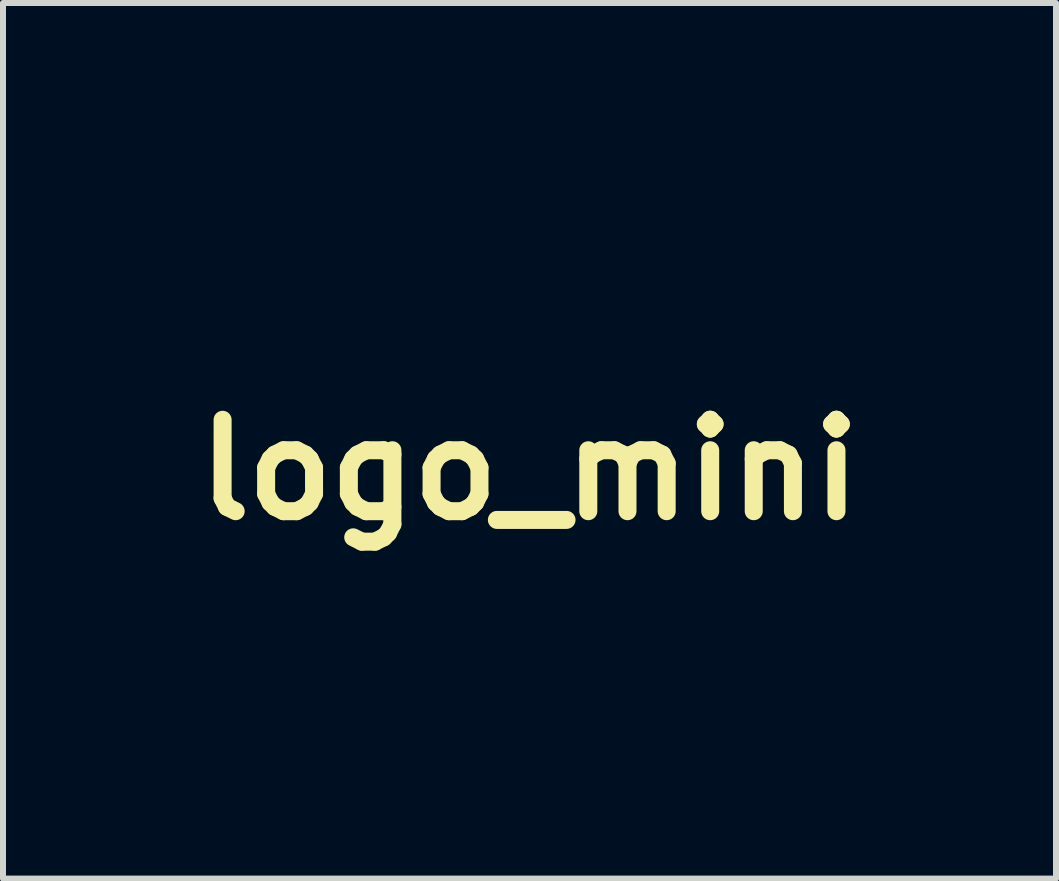
<source format=kicad_pcb>
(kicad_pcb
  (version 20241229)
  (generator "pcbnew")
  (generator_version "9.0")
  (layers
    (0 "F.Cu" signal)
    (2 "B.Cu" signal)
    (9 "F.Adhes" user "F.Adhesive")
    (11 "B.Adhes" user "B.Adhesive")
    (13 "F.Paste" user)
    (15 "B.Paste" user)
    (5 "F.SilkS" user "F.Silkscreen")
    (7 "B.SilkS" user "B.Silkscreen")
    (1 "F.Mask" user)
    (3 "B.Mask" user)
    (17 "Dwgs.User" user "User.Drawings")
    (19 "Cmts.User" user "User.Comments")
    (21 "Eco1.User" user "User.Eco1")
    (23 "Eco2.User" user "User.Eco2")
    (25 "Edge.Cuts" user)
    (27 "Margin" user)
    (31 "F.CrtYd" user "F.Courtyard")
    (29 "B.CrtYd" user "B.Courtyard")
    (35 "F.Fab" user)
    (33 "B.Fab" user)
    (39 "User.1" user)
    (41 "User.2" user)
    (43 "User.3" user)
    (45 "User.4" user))
  (footprint "logo_mini"
    (layer "F.Cu")
    (at 5.777 4.782)
    (property "Reference" "logo_mini" (at 0 0 0) (layer "F.SilkS") (effects (font (size 1.524 1.524) (thickness 0.3))))
    (attr through_hole)
    (fp_poly (pts (xy 4.312 -4.399) (xy 4.304 -4.189) (xy 4.286 -3.847) (xy 4.259 -3.41) (xy 4.226 -2.915) (xy 4.2 -2.54) (xy 4.094 -1.058) (xy 4.709 -0.004) (xy 5.324 1.051) (xy 4.669 1.401) (xy 3.996 1.788) (xy 3.267 2.257) (xy 2.542 2.766) (xy 1.884 3.273) (xy 1.863 3.29) (xy 1.585 3.513) (xy 1.356 3.688) (xy 1.207 3.791) (xy 1.169 3.81) (xy 1.086 3.771) (xy 1.092 3.645) (xy 1.191 3.418) (xy 1.389 3.073) (xy 1.436 2.997) (xy 1.851 2.328) (xy 1.419 1.887) (xy 0.986 1.446) (xy 1.065 1.049) (xy 1.121 0.808) (xy 1.195 0.686) (xy 1.331 0.636) (xy 1.471 0.619) (xy 1.756 0.564) (xy 2.011 0.476) (xy 2.03 0.466) (xy 2.212 0.341) (xy 2.42 0.152) (xy 2.614 -0.056) (xy 2.752 -0.24) (xy 2.794 -0.342) (xy 2.719 -0.398) (xy 2.528 -0.421) (xy 2.268 -0.415) (xy 1.989 -0.382) (xy 1.739 -0.324) (xy 1.638 -0.284) (xy 1.271 -0.02) (xy 1.006 0.363) (xy 0.873 0.788) (xy 0.804 1.193) (xy 0.427 0.808) (xy 0.049 0.423) (xy -0.748 1.208) (xy -0.807 0.813) (xy -0.954 0.325) (xy -1.232 -0.057) (xy -1.606 -0.318) (xy -1.901 -0.432) (xy -2.205 -0.495) (xy -2.469 -0.503) (xy -2.642 -0.449) (xy -2.669 -0.42) (xy -2.676 -0.262) (xy -2.56 -0.066) (xy -2.352 0.142) (xy -2.085 0.336) (xy -1.792 0.487) (xy -1.505 0.569) (xy -1.482 0.572) (xy -1.243 0.611) (xy -1.115 0.686) (xy -1.041 0.84) (xy -1.017 0.921) (xy -0.951 1.211) (xy -0.959 1.415) (xy -1.061 1.598) (xy -1.276 1.823) (xy -1.277 1.824) (xy -1.533 2.083) (xy -1.673 2.27) (xy -1.712 2.423) (xy -1.66 2.58) (xy -1.576 2.717) (xy -1.416 2.967) (xy -1.23 3.269) (xy -1.149 3.408) (xy -1.022 3.662) (xy -1.007 3.793) (xy -1.101 3.798) (xy -1.299 3.677) (xy -1.533 3.485) (xy -2.38 2.805) (xy -3.335 2.142) (xy -4.335 1.537) (xy -4.59 1.398) (xy -5.243 1.049) (xy -4.009 -1.058) (xy -4.115 -2.498) (xy -4.152 -3.009) (xy -4.183 -3.494) (xy -4.208 -3.914) (xy -4.224 -4.228) (xy -4.228 -4.357) (xy -4.233 -4.777) (xy -3.842 -4.399) (xy -3.629 -4.174) (xy -3.355 -3.857) (xy -3.06 -3.495) (xy -2.834 -3.202) (xy -2.594 -2.891) (xy -2.389 -2.642) (xy -2.242 -2.48) (xy -2.171 -2.429) (xy -2.17 -2.43) (xy -2.191 -2.519) (xy -2.298 -2.709) (xy -2.469 -2.969) (xy -2.682 -3.267) (xy -2.917 -3.572) (xy -3.152 -3.855) (xy -3.162 -3.866) (xy -3.33 -4.073) (xy -3.43 -4.229) (xy -3.443 -4.29) (xy -3.37 -4.25) (xy -3.2 -4.108) (xy -2.953 -3.881) (xy -2.652 -3.591) (xy -2.428 -3.368) (xy -1.463 -2.397) (xy -0.753 -2.333) (xy -0.417 -2.303) (xy -0.144 -2.282) (xy 0.02 -2.271) (xy 0.042 -2.271) (xy 0.162 -2.277) (xy 0.404 -2.29) (xy 0.723 -2.307) (xy 0.82 -2.313) (xy 1.514 -2.351) (xy 2.387 -3.24) (xy 2.754 -3.605) (xy 3.062 -3.898) (xy 3.304 -4.11) (xy 3.468 -4.237) (xy 3.546 -4.27) (xy 3.527 -4.204) (xy 3.404 -4.032) (xy 3.248 -3.843) (xy 2.938 -3.468) (xy 2.667 -3.118) (xy 2.451 -2.816) (xy 2.305 -2.586) (xy 2.249 -2.452) (xy 2.253 -2.432) (xy 2.319 -2.476) (xy 2.465 -2.633) (xy 2.668 -2.878) (xy 2.908 -3.186) (xy 2.921 -3.203) (xy 3.207 -3.568) (xy 3.501 -3.925) (xy 3.765 -4.227) (xy 3.93 -4.399) (xy 4.318 -4.777) (xy 4.312 -4.399)) (stroke (width 0.01) (type solid)) (fill no) (layer "Eco2.User")))
  (gr_rect
    (start -3 -3)
    (end 14.553 11.596)
    (stroke (width 0.1) (type default))
    (fill no)
    (layer "Edge.Cuts")))
</source>
